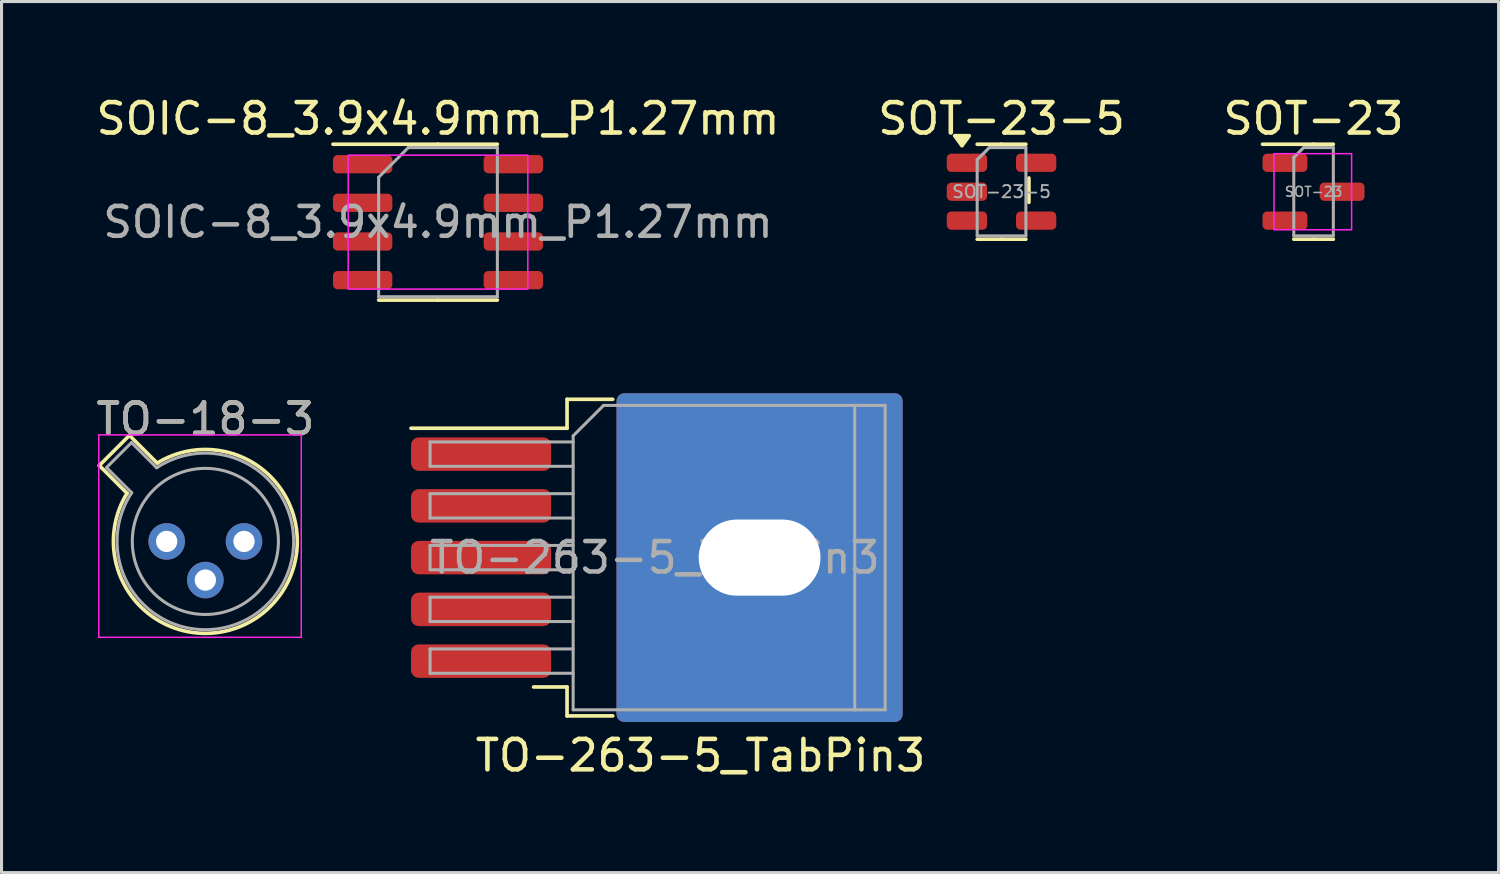
<source format=kicad_pcb>
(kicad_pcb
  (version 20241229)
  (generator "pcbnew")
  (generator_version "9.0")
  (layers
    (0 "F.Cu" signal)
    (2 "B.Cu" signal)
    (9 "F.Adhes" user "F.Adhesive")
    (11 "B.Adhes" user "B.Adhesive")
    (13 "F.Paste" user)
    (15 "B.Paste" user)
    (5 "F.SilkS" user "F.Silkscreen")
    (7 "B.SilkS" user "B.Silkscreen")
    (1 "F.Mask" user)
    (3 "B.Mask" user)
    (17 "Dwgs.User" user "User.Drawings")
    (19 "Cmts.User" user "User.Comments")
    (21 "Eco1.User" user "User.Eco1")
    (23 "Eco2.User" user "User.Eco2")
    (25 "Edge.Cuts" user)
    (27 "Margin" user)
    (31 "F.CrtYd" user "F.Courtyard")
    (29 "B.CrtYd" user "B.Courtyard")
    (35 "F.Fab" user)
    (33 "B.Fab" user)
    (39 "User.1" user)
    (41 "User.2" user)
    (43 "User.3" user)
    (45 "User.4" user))
  (footprint "SOT-23-5"
    (layer "F.Cu")
    (at 29.851 3.248)
    (property "Reference" "SOT-23-5" (at 0 -2.4 0) (layer "F.SilkS") (effects (font (size 1 1) (thickness 0.15))))
    (attr smd)
    (fp_line (start 0 -1.56) (end -0.8 -1.56) (stroke (width 0.12) (type solid)) (layer "F.SilkS"))
    (fp_line (start 0 -1.56) (end 0.8 -1.56) (stroke (width 0.12) (type solid)) (layer "F.SilkS"))
    (fp_line (start 0 1.56) (end -0.8 1.56) (stroke (width 0.12) (type solid)) (layer "F.SilkS"))
    (fp_line (start 0 1.56) (end 0.8 1.56) (stroke (width 0.12) (type solid)) (layer "F.SilkS"))
    (fp_line (start 0.9 0.35) (end 0.9 -0.45) (stroke (width 0.12) (type solid)) (layer "F.SilkS"))
    (fp_poly (pts (xy -1.3 -1.51) (xy -1.54 -1.84) (xy -1.06 -1.84) (xy -1.3 -1.51)) (stroke (width 0.12) (type solid)) (fill yes) (layer "F.SilkS"))
    (fp_line (start -0.8 -1.05) (end -0.4 -1.45) (stroke (width 0.1) (type solid)) (layer "F.Fab"))
    (fp_line (start -0.8 1.45) (end -0.8 -1.05) (stroke (width 0.1) (type solid)) (layer "F.Fab"))
    (fp_line (start -0.4 -1.45) (end 0.8 -1.45) (stroke (width 0.1) (type solid)) (layer "F.Fab"))
    (fp_line (start 0.8 -1.45) (end 0.8 1.45) (stroke (width 0.1) (type solid)) (layer "F.Fab"))
    (fp_line (start 0.8 1.45) (end -0.8 1.45) (stroke (width 0.1) (type solid)) (layer "F.Fab"))
    (fp_text user "${REFERENCE}" (at 0 0 0) (layer "F.Fab") (effects (font (size 0.4 0.4) (thickness 0.06))))
    (pad "1" smd roundrect (at -1.137 -0.95) (size 1.325 0.6) (layers "F.Cu" "F.Mask" "F.Paste") (roundrect_rratio 0.25))
    (pad "2" smd roundrect (at -1.137 0) (size 1.325 0.6) (layers "F.Cu" "F.Mask" "F.Paste") (roundrect_rratio 0.25))
    (pad "3" smd roundrect (at -1.137 0.95) (size 1.325 0.6) (layers "F.Cu" "F.Mask" "F.Paste") (roundrect_rratio 0.25))
    (pad "4" smd roundrect (at 1.137 0.95) (size 1.325 0.6) (layers "F.Cu" "F.Mask" "F.Paste") (roundrect_rratio 0.25))
    (pad "5" smd roundrect (at 1.137 -0.95) (size 1.325 0.6) (layers "F.Cu" "F.Mask" "F.Paste") (roundrect_rratio 0.25)))
  (footprint "SOIC-8_3.9x4.9mm_P1.27mm"
    (layer "F.Cu")
    (at 11.339 4.248)
    (property "Reference" "SOIC-8_3.9x4.9mm_P1.27mm" (at 0 -3.4 0) (layer "F.SilkS") (effects (font (size 1 1) (thickness 0.15))))
    (attr smd)
    (fp_line (start 0 -2.56) (end -3.45 -2.56) (stroke (width 0.12) (type solid)) (layer "F.SilkS"))
    (fp_line (start 0 -2.56) (end 1.95 -2.56) (stroke (width 0.12) (type solid)) (layer "F.SilkS"))
    (fp_line (start 0 2.56) (end -1.95 2.56) (stroke (width 0.12) (type solid)) (layer "F.SilkS"))
    (fp_line (start 0 2.56) (end 1.95 2.56) (stroke (width 0.12) (type solid)) (layer "F.SilkS"))
    (fp_rect (start -2.95 -2.2) (end 2.95 2.2) (stroke (width 0.05) (type default)) (fill no) (layer "F.CrtYd"))
    (fp_line (start -1.95 -1.475) (end -0.975 -2.45) (stroke (width 0.1) (type solid)) (layer "F.Fab"))
    (fp_line (start -1.95 2.45) (end -1.95 -1.475) (stroke (width 0.1) (type solid)) (layer "F.Fab"))
    (fp_line (start -0.975 -2.45) (end 1.95 -2.45) (stroke (width 0.1) (type solid)) (layer "F.Fab"))
    (fp_line (start 1.95 -2.45) (end 1.95 2.45) (stroke (width 0.1) (type solid)) (layer "F.Fab"))
    (fp_line (start 1.95 2.45) (end -1.95 2.45) (stroke (width 0.1) (type solid)) (layer "F.Fab"))
    (fp_text user "${REFERENCE}" (at 0 0 0) (layer "F.Fab") (effects (font (size 0.98 0.98) (thickness 0.15))))
    (pad "1" smd roundrect (at -2.475 -1.905) (size 1.95 0.6) (layers "F.Cu" "F.Mask" "F.Paste") (roundrect_rratio 0.25))
    (pad "2" smd roundrect (at -2.475 -0.635) (size 1.95 0.6) (layers "F.Cu" "F.Mask" "F.Paste") (roundrect_rratio 0.25))
    (pad "3" smd roundrect (at -2.475 0.635) (size 1.95 0.6) (layers "F.Cu" "F.Mask" "F.Paste") (roundrect_rratio 0.25))
    (pad "4" smd roundrect (at -2.475 1.905) (size 1.95 0.6) (layers "F.Cu" "F.Mask" "F.Paste") (roundrect_rratio 0.25))
    (pad "5" smd roundrect (at 2.475 1.905) (size 1.95 0.6) (layers "F.Cu" "F.Mask" "F.Paste") (roundrect_rratio 0.25))
    (pad "6" smd roundrect (at 2.475 0.635) (size 1.95 0.6) (layers "F.Cu" "F.Mask" "F.Paste") (roundrect_rratio 0.25))
    (pad "7" smd roundrect (at 2.475 -0.635) (size 1.95 0.6) (layers "F.Cu" "F.Mask" "F.Paste") (roundrect_rratio 0.25))
    (pad "8" smd roundrect (at 2.475 -1.905) (size 1.95 0.6) (layers "F.Cu" "F.Mask" "F.Paste") (roundrect_rratio 0.25)))
  (footprint "TO-18-3"
    (layer "F.Cu")
    (at 3.696 14.736)
    (property "Reference" "TO-18-3" (at 0 -4.02 180) (layer "F.SilkS") (effects (font (size 1 1) (thickness 0.15))))
    (attr through_hole)
    (fp_line (start -3.484 -2.494) (end -2.572 -1.582) (stroke (width 0.12) (type solid)) (layer "F.SilkS"))
    (fp_line (start -2.494 -3.484) (end -3.484 -2.494) (stroke (width 0.12) (type solid)) (layer "F.SilkS"))
    (fp_line (start -1.582 -2.572) (end -2.494 -3.484) (stroke (width 0.12) (type solid)) (layer "F.SilkS"))
    (fp_arc (start -1.582331 -2.572281) (mid 2.135374 2.135551) (end -2.57215 -1.582544) (stroke (width 0.12) (type solid)) (layer "F.SilkS"))
    (fp_line (start -3.5 -3.5) (end -3.5 3.15) (stroke (width 0.05) (type solid)) (layer "F.CrtYd"))
    (fp_line (start -3.5 3.15) (end 3.15 3.15) (stroke (width 0.05) (type solid)) (layer "F.CrtYd"))
    (fp_line (start 3.15 -3.5) (end -3.5 -3.5) (stroke (width 0.05) (type solid)) (layer "F.CrtYd"))
    (fp_line (start 3.15 3.15) (end 3.15 -3.5) (stroke (width 0.05) (type solid)) (layer "F.CrtYd"))
    (fp_line (start -3.247 -2.426) (end -2.419 -1.599) (stroke (width 0.1) (type solid)) (layer "F.Fab"))
    (fp_line (start -2.426 -3.247) (end -3.247 -2.426) (stroke (width 0.1) (type solid)) (layer "F.Fab"))
    (fp_line (start -1.599 -2.419) (end -2.426 -3.247) (stroke (width 0.1) (type solid)) (layer "F.Fab"))
    (fp_arc (start -1.599057 -2.419301) (mid 2.051076 2.050143) (end -2.420029 -1.597956) (stroke (width 0.1) (type solid)) (layer "F.Fab"))
    (fp_circle (center 0 0) (end 2.4 0) (stroke (width 0.1) (type solid)) (fill no) (layer "F.Fab"))
    (fp_text user "${REFERENCE}" (at 0 -4.02 180) (layer "F.Fab") (effects (font (size 1 1) (thickness 0.15))))
    (pad "1" thru_hole oval (at -1.27 0) (size 1.2 1.2) (drill 0.7) (layers "*.Cu" "*.Mask"))
    (pad "2" thru_hole oval (at 0 1.27) (size 1.2 1.2) (drill 0.7) (layers "*.Cu" "*.Mask"))
    (pad "3" thru_hole oval (at 1.27 0) (size 1.2 1.2) (drill 0.7) (layers "*.Cu" "*.Mask")))
  (footprint "TO-263-5_TabPin3"
    (layer "F.Cu")
    (at 18.462 15.268)
    (property "Reference" "TO-263-5_TabPin3" (at 1.5 6.5 0) (layer "F.SilkS") (effects (font (size 1 1) (thickness 0.15))))
    (attr through_hole)
    (fp_line (start -2.884 -5.2) (end -2.884 -4.25) (stroke (width 0.12) (type solid)) (layer "F.SilkS"))
    (fp_line (start -2.884 -4.25) (end -8.009 -4.25) (stroke (width 0.12) (type solid)) (layer "F.SilkS"))
    (fp_line (start -2.884 4.25) (end -3.984 4.25) (stroke (width 0.12) (type solid)) (layer "F.SilkS"))
    (fp_line (start -2.884 5.2) (end -2.884 4.25) (stroke (width 0.12) (type solid)) (layer "F.SilkS"))
    (fp_line (start -1.384 -5.2) (end -2.884 -5.2) (stroke (width 0.12) (type solid)) (layer "F.SilkS"))
    (fp_line (start -1.384 5.2) (end -2.884 5.2) (stroke (width 0.12) (type solid)) (layer "F.SilkS"))
    (fp_line (start -7.384 -3.8) (end -7.384 -3) (stroke (width 0.1) (type solid)) (layer "F.Fab"))
    (fp_line (start -7.384 -3) (end -2.684 -3) (stroke (width 0.1) (type solid)) (layer "F.Fab"))
    (fp_line (start -7.384 -2.1) (end -7.384 -1.3) (stroke (width 0.1) (type solid)) (layer "F.Fab"))
    (fp_line (start -7.384 -1.3) (end -2.684 -1.3) (stroke (width 0.1) (type solid)) (layer "F.Fab"))
    (fp_line (start -7.384 -0.4) (end -7.384 0.4) (stroke (width 0.1) (type solid)) (layer "F.Fab"))
    (fp_line (start -7.384 0.4) (end -2.684 0.4) (stroke (width 0.1) (type solid)) (layer "F.Fab"))
    (fp_line (start -7.384 1.3) (end -7.384 2.1) (stroke (width 0.1) (type solid)) (layer "F.Fab"))
    (fp_line (start -7.384 2.1) (end -2.684 2.1) (stroke (width 0.1) (type solid)) (layer "F.Fab"))
    (fp_line (start -7.384 3) (end -7.384 3.8) (stroke (width 0.1) (type solid)) (layer "F.Fab"))
    (fp_line (start -7.384 3.8) (end -2.684 3.8) (stroke (width 0.1) (type solid)) (layer "F.Fab"))
    (fp_line (start -2.684 -4) (end -1.684 -5) (stroke (width 0.1) (type solid)) (layer "F.Fab"))
    (fp_line (start -2.684 -3.8) (end -7.384 -3.8) (stroke (width 0.1) (type solid)) (layer "F.Fab"))
    (fp_line (start -2.684 -2.1) (end -7.384 -2.1) (stroke (width 0.1) (type solid)) (layer "F.Fab"))
    (fp_line (start -2.684 -0.4) (end -7.384 -0.4) (stroke (width 0.1) (type solid)) (layer "F.Fab"))
    (fp_line (start -2.684 1.3) (end -7.384 1.3) (stroke (width 0.1) (type solid)) (layer "F.Fab"))
    (fp_line (start -2.684 3) (end -7.384 3) (stroke (width 0.1) (type solid)) (layer "F.Fab"))
    (fp_line (start -2.684 5) (end -2.684 -4) (stroke (width 0.1) (type solid)) (layer "F.Fab"))
    (fp_line (start -1.684 -5) (end 6.566 -5) (stroke (width 0.1) (type solid)) (layer "F.Fab"))
    (fp_line (start 6.566 -5) (end 6.566 5) (stroke (width 0.1) (type solid)) (layer "F.Fab"))
    (fp_line (start 6.566 -5) (end 7.566 -5) (stroke (width 0.1) (type solid)) (layer "F.Fab"))
    (fp_line (start 6.566 5) (end -2.684 5) (stroke (width 0.1) (type solid)) (layer "F.Fab"))
    (fp_line (start 7.566 -5) (end 7.566 5) (stroke (width 0.1) (type solid)) (layer "F.Fab"))
    (fp_line (start 7.566 5) (end 6.566 5) (stroke (width 0.1) (type solid)) (layer "F.Fab"))
    (fp_text user "${REFERENCE}" (at 0 0 0) (layer "F.Fab") (effects (font (size 1 1) (thickness 0.15))))
    (pad "1" smd roundrect (at -5.709 -3.4) (size 4.6 1.1) (layers "F.Cu" "F.Mask" "F.Paste") (roundrect_rratio 0.227))
    (pad "2" smd roundrect (at -5.709 -1.7) (size 4.6 1.1) (layers "F.Cu" "F.Mask" "F.Paste") (roundrect_rratio 0.227))
    (pad "3" smd roundrect (at -5.709 0) (size 4.6 1.1) (layers "F.Cu" "F.Mask" "F.Paste") (roundrect_rratio 0.227))
    (pad "3" smd roundrect (at 0 0) (size 2.119 3.5) (layers "F.Cu" "F.Paste") (roundrect_rratio 0.055))
    (pad "3" smd roundrect (at 3.441 -3.5) (size 9 3.5) (layers "F.Cu" "F.Paste") (roundrect_rratio 0.055))
    (pad "3" thru_hole roundrect (at 3.441 0) (size 9.4 10.8) (drill oval 4 2.5) (layers "*.Cu" "*.Mask") (roundrect_rratio 0.027))
    (pad "3" smd roundrect (at 3.441 3.5) (size 9 3.5) (layers "F.Cu" "F.Paste") (roundrect_rratio 0.055))
    (pad "3" smd roundrect (at 6.947 0) (size 1.988 3.5) (layers "F.Cu" "F.Paste") (roundrect_rratio 0.055))
    (pad "4" smd roundrect (at -5.709 1.7) (size 4.6 1.1) (layers "F.Cu" "F.Mask" "F.Paste") (roundrect_rratio 0.227))
    (pad "5" smd roundrect (at -5.709 3.4) (size 4.6 1.1) (layers "F.Cu" "F.Mask" "F.Paste") (roundrect_rratio 0.227)))
  (footprint "SOT-23"
    (layer "F.Cu")
    (at 40.101 3.248)
    (property "Reference" "SOT-23" (at 0 -2.4 0) (layer "F.SilkS") (effects (font (size 1 1) (thickness 0.15))))
    (attr smd)
    (fp_line (start 0 -1.56) (end -1.675 -1.56) (stroke (width 0.12) (type solid)) (layer "F.SilkS"))
    (fp_line (start 0 -1.56) (end 0.65 -1.56) (stroke (width 0.12) (type solid)) (layer "F.SilkS"))
    (fp_line (start 0 1.56) (end -0.65 1.56) (stroke (width 0.12) (type solid)) (layer "F.SilkS"))
    (fp_line (start 0 1.56) (end 0.65 1.56) (stroke (width 0.12) (type solid)) (layer "F.SilkS"))
    (fp_rect (start -1.3 -1.25) (end 1.25 1.25) (stroke (width 0.05) (type default)) (fill no) (layer "F.CrtYd"))
    (fp_line (start -0.65 -1.125) (end -0.325 -1.45) (stroke (width 0.1) (type solid)) (layer "F.Fab"))
    (fp_line (start -0.65 1.45) (end -0.65 -1.125) (stroke (width 0.1) (type solid)) (layer "F.Fab"))
    (fp_line (start -0.325 -1.45) (end 0.65 -1.45) (stroke (width 0.1) (type solid)) (layer "F.Fab"))
    (fp_line (start 0.65 -1.45) (end 0.65 1.45) (stroke (width 0.1) (type solid)) (layer "F.Fab"))
    (fp_line (start 0.65 1.45) (end -0.65 1.45) (stroke (width 0.1) (type solid)) (layer "F.Fab"))
    (fp_text user "${REFERENCE}" (at 0 0 0) (layer "F.Fab") (effects (font (size 0.32 0.32) (thickness 0.05))))
    (pad "1" smd roundrect (at -0.938 -0.95) (size 1.475 0.6) (layers "F.Cu" "F.Mask" "F.Paste") (roundrect_rratio 0.25))
    (pad "2" smd roundrect (at -0.938 0.95) (size 1.475 0.6) (layers "F.Cu" "F.Mask" "F.Paste") (roundrect_rratio 0.25))
    (pad "3" smd roundrect (at 0.938 0) (size 1.475 0.6) (layers "F.Cu" "F.Mask" "F.Paste") (roundrect_rratio 0.25)))
  (gr_rect
    (start -3 -3)
    (end 46.179 25.616)
    (stroke (width 0.1) (type default))
    (fill no)
    (layer "Edge.Cuts")))
</source>
